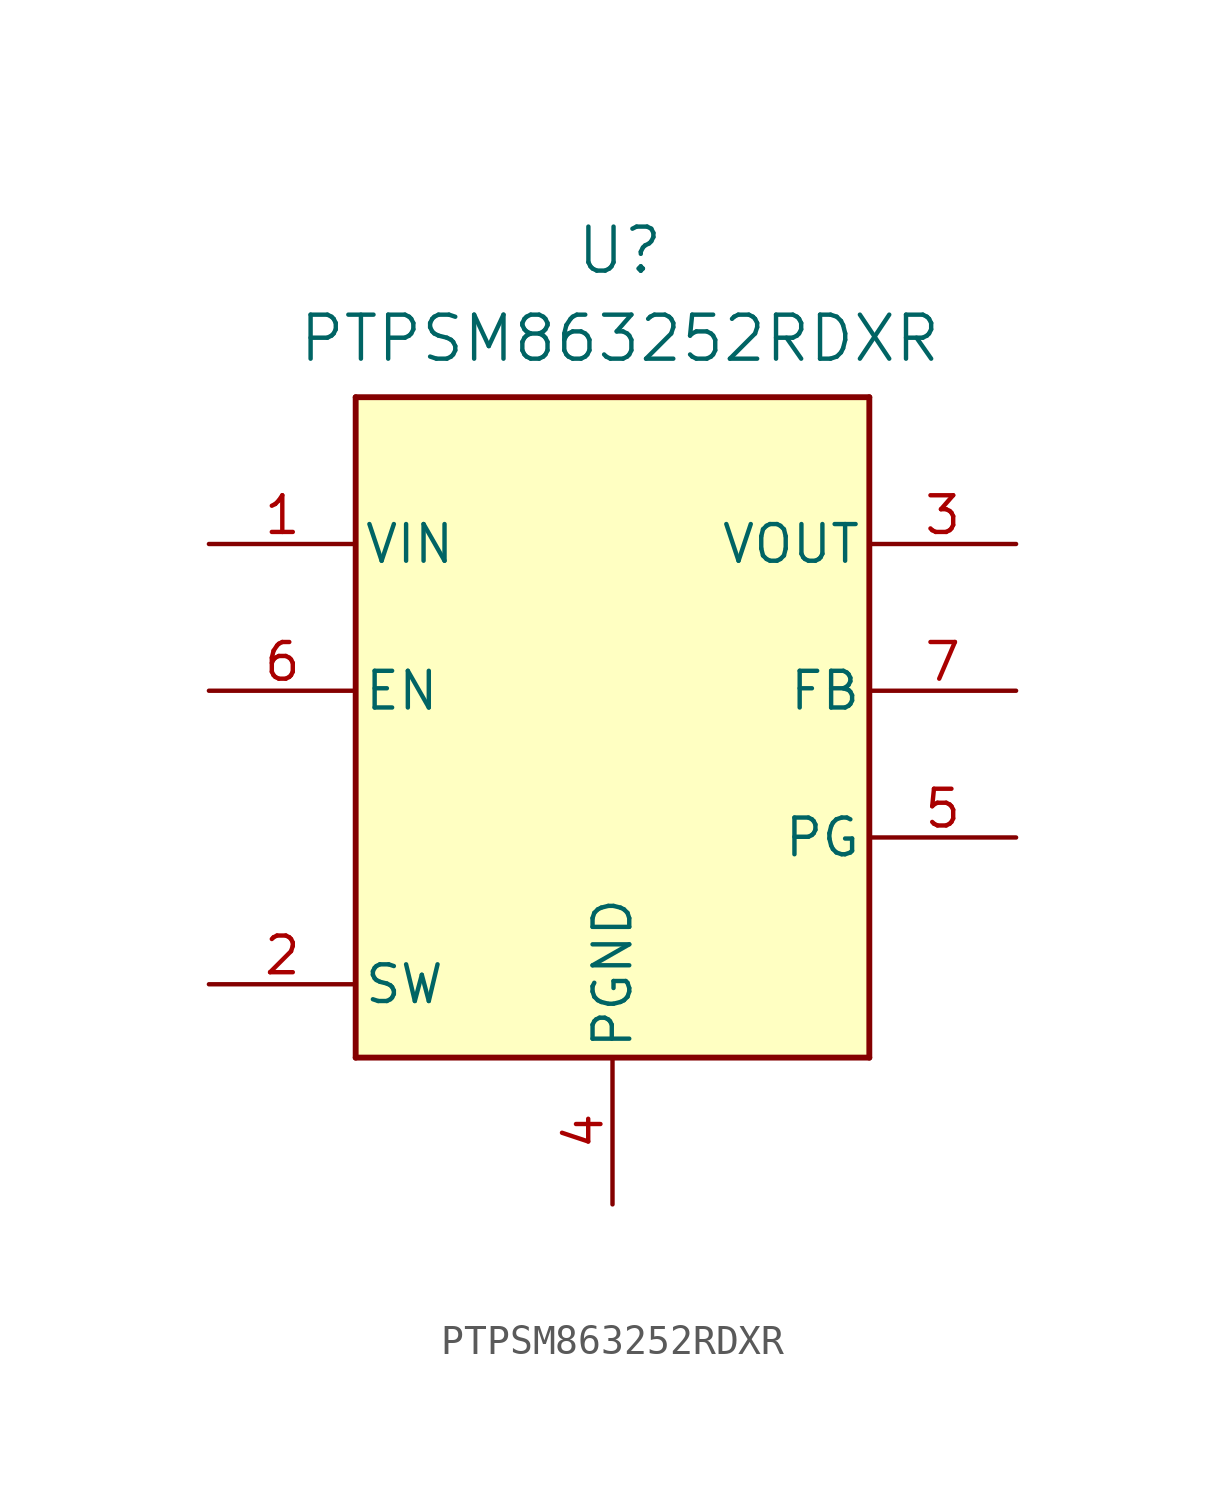
<source format=kicad_sym>
(kicad_symbol_lib
  (version 20231120)
  (generator "kicad_symbol_editor")
  (generator_version "8.0")
  (symbol "PTPSM863252RDXR"
    (pin_names
      (offset 0.254))
    (property "Reference" "U"
      (at 0.254 16.51 0)
      (effects (font (size 1.524 1.524))))
    (property "Value" "PTPSM863252RDXR"
      (at 0.254 13.462 0)
      (effects (font (size 1.524 1.524))))
    (property "ki_locked" ""
      (at 0 0 0)
      (effects (font (size 1.27 1.27))))
    (symbol "PTPSM863252RDXR_0_1"
      (polyline (pts (xy -8.89 -11.43) (xy 8.89 -11.43)) (stroke (width 0.203) (type default)) (fill (type none)))
      (polyline (pts (xy -8.89 11.43) (xy -8.89 -11.43)) (stroke (width 0.203) (type default)) (fill (type none)))
      (polyline (pts (xy 8.89 -11.43) (xy 8.89 11.43)) (stroke (width 0.203) (type default)) (fill (type none)))
      (polyline (pts (xy 8.89 11.43) (xy -8.89 11.43)) (stroke (width 0.203) (type default)) (fill (type none)))
      (pin power_in line (at -13.97 6.35 0) (length 5.08) (name "VIN" (effects (font (size 1.27 1.27)))) (number "1" (effects (font (size 1.27 1.27)))))
      (pin unspecified line (at -13.97 -8.89 0) (length 5.08) (name "SW" (effects (font (size 1.27 1.27)))) (number "2" (effects (font (size 1.27 1.27)))))
      (pin power_in line (at 13.97 6.35 180) (length 5.08) (name "VOUT" (effects (font (size 1.27 1.27)))) (number "3" (effects (font (size 1.27 1.27)))))
      (pin power_in line (at 0 -16.51 90) (length 5.08) (name "PGND" (effects (font (size 1.27 1.27)))) (number "4" (effects (font (size 1.27 1.27)))))
      (pin open_collector line (at 13.97 -3.81 180) (length 5.08) (name "PG" (effects (font (size 1.27 1.27)))) (number "5" (effects (font (size 1.27 1.27)))))
      (pin input line (at -13.97 1.27 0) (length 5.08) (name "EN" (effects (font (size 1.27 1.27)))) (number "6" (effects (font (size 1.27 1.27)))))
      (pin unspecified line (at 13.97 1.27 180) (length 5.08) (name "FB" (effects (font (size 1.27 1.27)))) (number "7" (effects (font (size 1.27 1.27))))))
    (symbol "PTPSM863252RDXR_1_1"
      (rectangle (start -8.89 11.43) (end 8.89 -11.43) (stroke (width 0) (type default)) (fill (type background))))))
</source>
